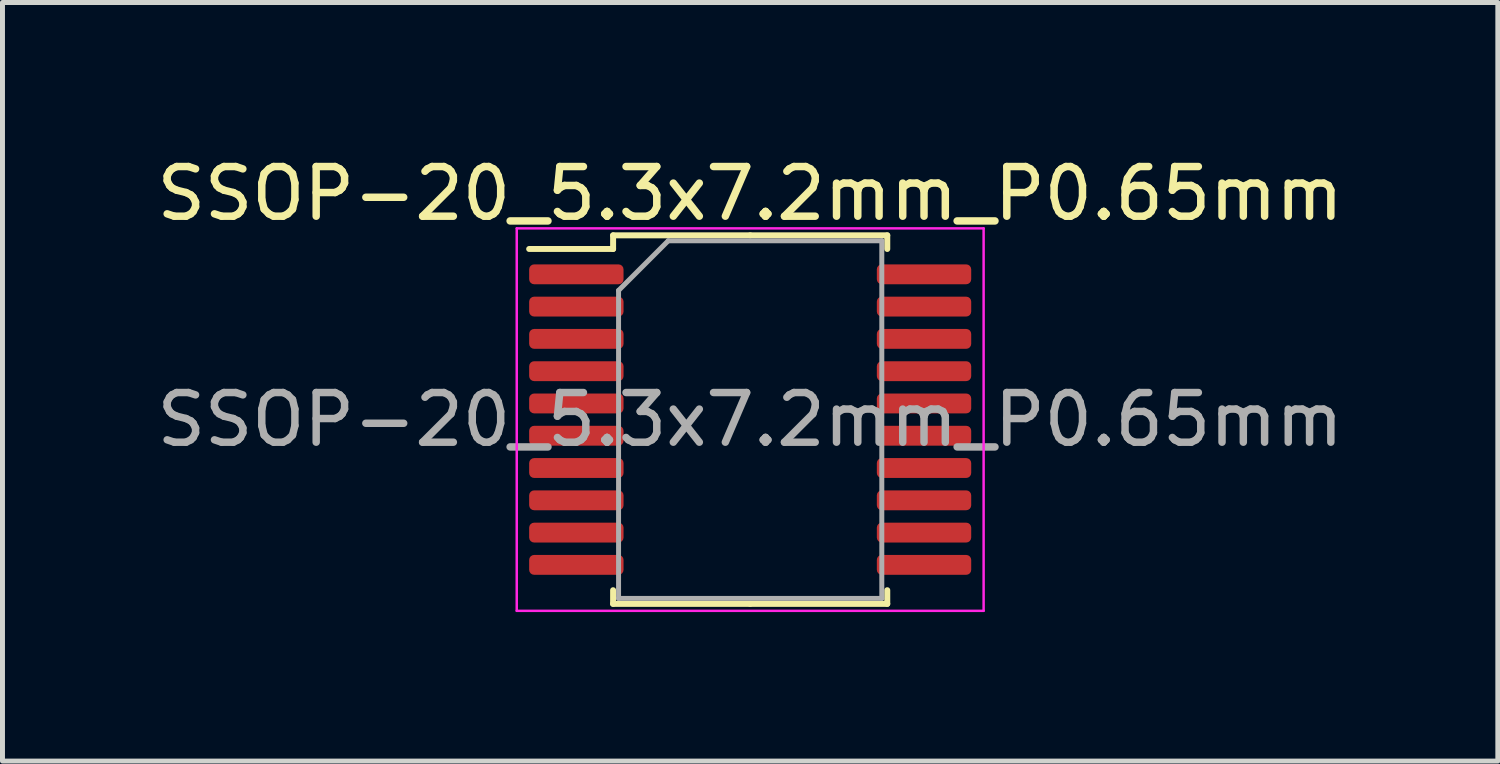
<source format=kicad_pcb>
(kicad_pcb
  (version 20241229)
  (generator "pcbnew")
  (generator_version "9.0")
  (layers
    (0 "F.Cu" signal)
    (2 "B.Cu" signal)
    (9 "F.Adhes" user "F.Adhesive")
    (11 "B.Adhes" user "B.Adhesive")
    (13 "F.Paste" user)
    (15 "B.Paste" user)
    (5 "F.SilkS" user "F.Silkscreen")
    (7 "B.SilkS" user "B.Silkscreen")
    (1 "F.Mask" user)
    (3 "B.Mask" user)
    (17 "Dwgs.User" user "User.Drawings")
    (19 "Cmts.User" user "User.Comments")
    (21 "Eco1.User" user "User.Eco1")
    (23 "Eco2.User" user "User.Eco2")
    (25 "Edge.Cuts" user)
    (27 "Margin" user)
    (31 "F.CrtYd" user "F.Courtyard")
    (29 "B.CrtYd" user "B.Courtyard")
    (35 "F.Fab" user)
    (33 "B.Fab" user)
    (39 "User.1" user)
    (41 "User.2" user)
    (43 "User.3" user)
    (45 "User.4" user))
  (footprint "SSOP-20_5.3x7.2mm_P0.65mm"
    (layer "F.Cu")
    (at 12.054 5.398)
    (property "Reference" "SSOP-20_5.3x7.2mm_P0.65mm" (at 0 -4.55 0) (layer "F.SilkS") (effects (font (size 1 1) (thickness 0.15))))
    (attr smd)
    (fp_line (start -2.76 -3.71) (end -2.76 -3.435) (stroke (width 0.12) (type solid)) (layer "F.SilkS"))
    (fp_line (start -2.76 -3.435) (end -4.45 -3.435) (stroke (width 0.12) (type solid)) (layer "F.SilkS"))
    (fp_line (start -2.76 3.71) (end -2.76 3.435) (stroke (width 0.12) (type solid)) (layer "F.SilkS"))
    (fp_line (start 0 -3.71) (end -2.76 -3.71) (stroke (width 0.12) (type solid)) (layer "F.SilkS"))
    (fp_line (start 0 -3.71) (end 2.76 -3.71) (stroke (width 0.12) (type solid)) (layer "F.SilkS"))
    (fp_line (start 0 3.71) (end -2.76 3.71) (stroke (width 0.12) (type solid)) (layer "F.SilkS"))
    (fp_line (start 0 3.71) (end 2.76 3.71) (stroke (width 0.12) (type solid)) (layer "F.SilkS"))
    (fp_line (start 2.76 -3.71) (end 2.76 -3.435) (stroke (width 0.12) (type solid)) (layer "F.SilkS"))
    (fp_line (start 2.76 3.71) (end 2.76 3.435) (stroke (width 0.12) (type solid)) (layer "F.SilkS"))
    (fp_line (start -4.7 -3.85) (end -4.7 3.85) (stroke (width 0.05) (type solid)) (layer "F.CrtYd"))
    (fp_line (start -4.7 3.85) (end 4.7 3.85) (stroke (width 0.05) (type solid)) (layer "F.CrtYd"))
    (fp_line (start 4.7 -3.85) (end -4.7 -3.85) (stroke (width 0.05) (type solid)) (layer "F.CrtYd"))
    (fp_line (start 4.7 3.85) (end 4.7 -3.85) (stroke (width 0.05) (type solid)) (layer "F.CrtYd"))
    (fp_line (start -2.65 -2.6) (end -1.65 -3.6) (stroke (width 0.1) (type solid)) (layer "F.Fab"))
    (fp_line (start -2.65 3.6) (end -2.65 -2.6) (stroke (width 0.1) (type solid)) (layer "F.Fab"))
    (fp_line (start -1.65 -3.6) (end 2.65 -3.6) (stroke (width 0.1) (type solid)) (layer "F.Fab"))
    (fp_line (start 2.65 -3.6) (end 2.65 3.6) (stroke (width 0.1) (type solid)) (layer "F.Fab"))
    (fp_line (start 2.65 3.6) (end -2.65 3.6) (stroke (width 0.1) (type solid)) (layer "F.Fab"))
    (fp_text user "${REFERENCE}" (at 0 0 0) (layer "F.Fab") (effects (font (size 1 1) (thickness 0.15))))
    (pad "1" smd roundrect (at -3.5 -2.925) (size 1.9 0.4) (layers "F.Cu" "F.Mask" "F.Paste") (roundrect_rratio 0.25))
    (pad "2" smd roundrect (at -3.5 -2.275) (size 1.9 0.4) (layers "F.Cu" "F.Mask" "F.Paste") (roundrect_rratio 0.25))
    (pad "3" smd roundrect (at -3.5 -1.625) (size 1.9 0.4) (layers "F.Cu" "F.Mask" "F.Paste") (roundrect_rratio 0.25))
    (pad "4" smd roundrect (at -3.5 -0.975) (size 1.9 0.4) (layers "F.Cu" "F.Mask" "F.Paste") (roundrect_rratio 0.25))
    (pad "5" smd roundrect (at -3.5 -0.325) (size 1.9 0.4) (layers "F.Cu" "F.Mask" "F.Paste") (roundrect_rratio 0.25))
    (pad "6" smd roundrect (at -3.5 0.325) (size 1.9 0.4) (layers "F.Cu" "F.Mask" "F.Paste") (roundrect_rratio 0.25))
    (pad "7" smd roundrect (at -3.5 0.975) (size 1.9 0.4) (layers "F.Cu" "F.Mask" "F.Paste") (roundrect_rratio 0.25))
    (pad "8" smd roundrect (at -3.5 1.625) (size 1.9 0.4) (layers "F.Cu" "F.Mask" "F.Paste") (roundrect_rratio 0.25))
    (pad "9" smd roundrect (at -3.5 2.275) (size 1.9 0.4) (layers "F.Cu" "F.Mask" "F.Paste") (roundrect_rratio 0.25))
    (pad "10" smd roundrect (at -3.5 2.925) (size 1.9 0.4) (layers "F.Cu" "F.Mask" "F.Paste") (roundrect_rratio 0.25))
    (pad "11" smd roundrect (at 3.5 2.925) (size 1.9 0.4) (layers "F.Cu" "F.Mask" "F.Paste") (roundrect_rratio 0.25))
    (pad "12" smd roundrect (at 3.5 2.275) (size 1.9 0.4) (layers "F.Cu" "F.Mask" "F.Paste") (roundrect_rratio 0.25))
    (pad "13" smd roundrect (at 3.5 1.625) (size 1.9 0.4) (layers "F.Cu" "F.Mask" "F.Paste") (roundrect_rratio 0.25))
    (pad "14" smd roundrect (at 3.5 0.975) (size 1.9 0.4) (layers "F.Cu" "F.Mask" "F.Paste") (roundrect_rratio 0.25))
    (pad "15" smd roundrect (at 3.5 0.325) (size 1.9 0.4) (layers "F.Cu" "F.Mask" "F.Paste") (roundrect_rratio 0.25))
    (pad "16" smd roundrect (at 3.5 -0.325) (size 1.9 0.4) (layers "F.Cu" "F.Mask" "F.Paste") (roundrect_rratio 0.25))
    (pad "17" smd roundrect (at 3.5 -0.975) (size 1.9 0.4) (layers "F.Cu" "F.Mask" "F.Paste") (roundrect_rratio 0.25))
    (pad "18" smd roundrect (at 3.5 -1.625) (size 1.9 0.4) (layers "F.Cu" "F.Mask" "F.Paste") (roundrect_rratio 0.25))
    (pad "19" smd roundrect (at 3.5 -2.275) (size 1.9 0.4) (layers "F.Cu" "F.Mask" "F.Paste") (roundrect_rratio 0.25))
    (pad "20" smd roundrect (at 3.5 -2.925) (size 1.9 0.4) (layers "F.Cu" "F.Mask" "F.Paste") (roundrect_rratio 0.25)))
  (gr_rect
    (start -3 -3)
    (end 27.107 12.273)
    (stroke (width 0.1) (type default))
    (fill no)
    (layer "Edge.Cuts")))
</source>
